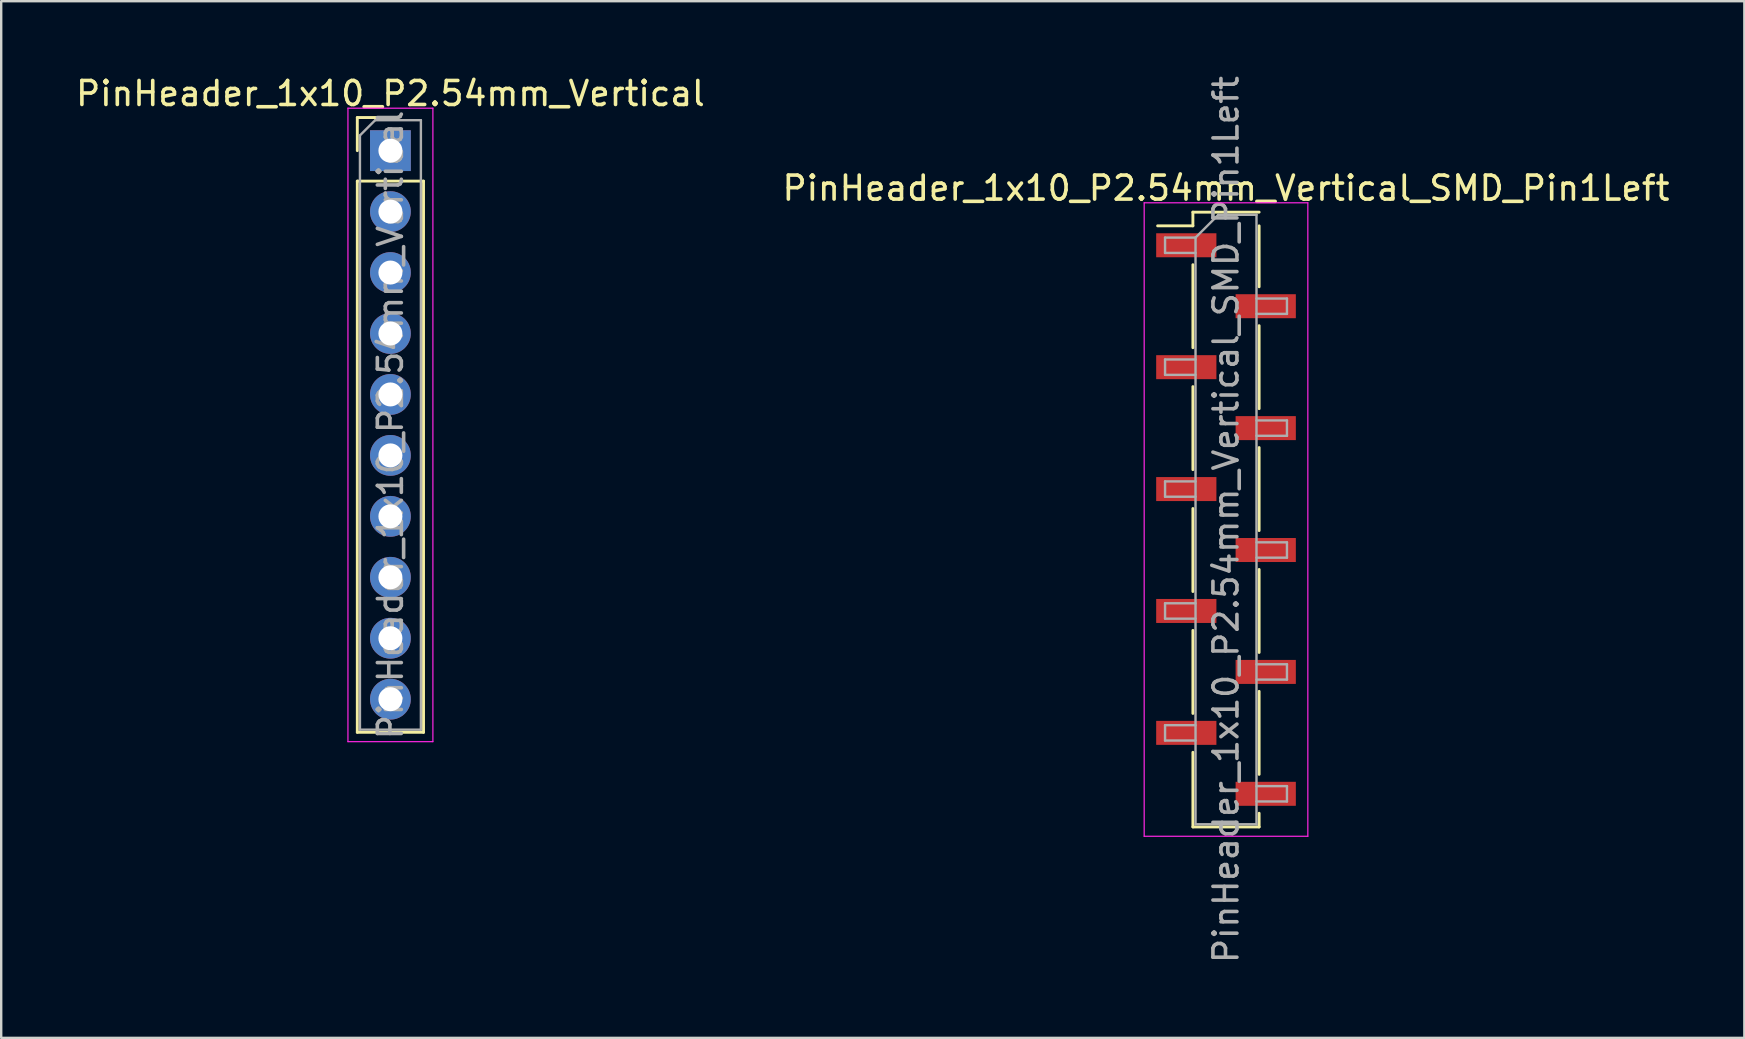
<source format=kicad_pcb>
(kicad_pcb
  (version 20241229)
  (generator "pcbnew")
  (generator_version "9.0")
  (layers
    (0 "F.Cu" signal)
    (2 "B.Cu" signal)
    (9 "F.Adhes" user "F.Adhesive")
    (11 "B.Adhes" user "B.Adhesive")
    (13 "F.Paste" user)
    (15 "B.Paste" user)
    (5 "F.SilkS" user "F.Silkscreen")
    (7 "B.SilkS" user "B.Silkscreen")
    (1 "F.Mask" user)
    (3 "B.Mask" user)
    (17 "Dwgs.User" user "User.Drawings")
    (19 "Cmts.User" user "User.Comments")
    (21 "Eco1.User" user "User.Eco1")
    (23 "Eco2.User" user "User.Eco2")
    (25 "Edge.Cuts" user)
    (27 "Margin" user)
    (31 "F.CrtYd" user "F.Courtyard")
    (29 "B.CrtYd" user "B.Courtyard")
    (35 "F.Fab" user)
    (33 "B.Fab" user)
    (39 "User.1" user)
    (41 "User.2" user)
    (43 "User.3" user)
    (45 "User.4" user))
  (footprint "PinHeader_1x10_P2.54mm_Vertical"
    (layer "F.Cu")
    (at 13.22 3.228)
    (property "Reference" "PinHeader_1x10_P2.54mm_Vertical" (at 0 -2.38 0) (layer "F.SilkS") (effects (font (size 1 1) (thickness 0.15))))
    (attr through_hole)
    (fp_line (start -1.38 -1.38) (end 0 -1.38) (stroke (width 0.12) (type solid)) (layer "F.SilkS"))
    (fp_line (start -1.38 0) (end -1.38 -1.38) (stroke (width 0.12) (type solid)) (layer "F.SilkS"))
    (fp_line (start -1.38 1.27) (end -1.38 24.24) (stroke (width 0.12) (type solid)) (layer "F.SilkS"))
    (fp_line (start -1.38 1.27) (end 1.38 1.27) (stroke (width 0.12) (type solid)) (layer "F.SilkS"))
    (fp_line (start -1.38 24.24) (end 1.38 24.24) (stroke (width 0.12) (type solid)) (layer "F.SilkS"))
    (fp_line (start 1.38 1.27) (end 1.38 24.24) (stroke (width 0.12) (type solid)) (layer "F.SilkS"))
    (fp_line (start -1.77 -1.77) (end -1.77 24.63) (stroke (width 0.05) (type solid)) (layer "F.CrtYd"))
    (fp_line (start -1.77 24.63) (end 1.77 24.63) (stroke (width 0.05) (type solid)) (layer "F.CrtYd"))
    (fp_line (start 1.77 -1.77) (end -1.77 -1.77) (stroke (width 0.05) (type solid)) (layer "F.CrtYd"))
    (fp_line (start 1.77 24.63) (end 1.77 -1.77) (stroke (width 0.05) (type solid)) (layer "F.CrtYd"))
    (fp_line (start -1.27 -0.635) (end -0.635 -1.27) (stroke (width 0.1) (type solid)) (layer "F.Fab"))
    (fp_line (start -1.27 24.13) (end -1.27 -0.635) (stroke (width 0.1) (type solid)) (layer "F.Fab"))
    (fp_line (start -0.635 -1.27) (end 1.27 -1.27) (stroke (width 0.1) (type solid)) (layer "F.Fab"))
    (fp_line (start 1.27 -1.27) (end 1.27 24.13) (stroke (width 0.1) (type solid)) (layer "F.Fab"))
    (fp_line (start 1.27 24.13) (end -1.27 24.13) (stroke (width 0.1) (type solid)) (layer "F.Fab"))
    (fp_text user "${REFERENCE}" (at 0 11.43 90) (layer "F.Fab") (effects (font (size 1 1) (thickness 0.15))))
    (pad "1" thru_hole rect (at 0 0) (size 1.7 1.7) (drill 1) (layers "*.Cu" "*.Mask"))
    (pad "2" thru_hole circle (at 0 2.54) (size 1.7 1.7) (drill 1) (layers "*.Cu" "*.Mask"))
    (pad "3" thru_hole circle (at 0 5.08) (size 1.7 1.7) (drill 1) (layers "*.Cu" "*.Mask"))
    (pad "4" thru_hole circle (at 0 7.62) (size 1.7 1.7) (drill 1) (layers "*.Cu" "*.Mask"))
    (pad "5" thru_hole circle (at 0 10.16) (size 1.7 1.7) (drill 1) (layers "*.Cu" "*.Mask"))
    (pad "6" thru_hole circle (at 0 12.7) (size 1.7 1.7) (drill 1) (layers "*.Cu" "*.Mask"))
    (pad "7" thru_hole circle (at 0 15.24) (size 1.7 1.7) (drill 1) (layers "*.Cu" "*.Mask"))
    (pad "8" thru_hole circle (at 0 17.78) (size 1.7 1.7) (drill 1) (layers "*.Cu" "*.Mask"))
    (pad "9" thru_hole circle (at 0 20.32) (size 1.7 1.7) (drill 1) (layers "*.Cu" "*.Mask"))
    (pad "10" thru_hole circle (at 0 22.86) (size 1.7 1.7) (drill 1) (layers "*.Cu" "*.Mask")))
  (footprint "PinHeader_1x10_P2.54mm_Vertical_SMD_Pin1Left"
    (layer "F.Cu")
    (at 48.042 18.601)
    (property "Reference" "PinHeader_1x10_P2.54mm_Vertical_SMD_Pin1Left" (at 0 -13.81 0) (layer "F.SilkS") (effects (font (size 1 1) (thickness 0.15))))
    (attr smd)
    (fp_line (start -1.38 -12.81) (end -1.38 -12.24) (stroke (width 0.12) (type solid)) (layer "F.SilkS"))
    (fp_line (start -1.38 -12.81) (end 1.38 -12.81) (stroke (width 0.12) (type solid)) (layer "F.SilkS"))
    (fp_line (start -1.38 -12.24) (end -2.85 -12.24) (stroke (width 0.12) (type solid)) (layer "F.SilkS"))
    (fp_line (start -1.38 -10.62) (end -1.38 -7.16) (stroke (width 0.12) (type solid)) (layer "F.SilkS"))
    (fp_line (start -1.38 -5.54) (end -1.38 -2.08) (stroke (width 0.12) (type solid)) (layer "F.SilkS"))
    (fp_line (start -1.38 -0.46) (end -1.38 3) (stroke (width 0.12) (type solid)) (layer "F.SilkS"))
    (fp_line (start -1.38 4.62) (end -1.38 8.08) (stroke (width 0.12) (type solid)) (layer "F.SilkS"))
    (fp_line (start -1.38 9.7) (end -1.38 12.81) (stroke (width 0.12) (type solid)) (layer "F.SilkS"))
    (fp_line (start -1.38 12.81) (end 1.38 12.81) (stroke (width 0.12) (type solid)) (layer "F.SilkS"))
    (fp_line (start 1.38 -12.24) (end 1.38 -9.7) (stroke (width 0.12) (type solid)) (layer "F.SilkS"))
    (fp_line (start 1.38 -8.08) (end 1.38 -4.62) (stroke (width 0.12) (type solid)) (layer "F.SilkS"))
    (fp_line (start 1.38 -3) (end 1.38 0.46) (stroke (width 0.12) (type solid)) (layer "F.SilkS"))
    (fp_line (start 1.38 2.08) (end 1.38 5.54) (stroke (width 0.12) (type solid)) (layer "F.SilkS"))
    (fp_line (start 1.38 7.16) (end 1.38 10.62) (stroke (width 0.12) (type solid)) (layer "F.SilkS"))
    (fp_line (start 1.38 12.24) (end 1.38 12.81) (stroke (width 0.12) (type solid)) (layer "F.SilkS"))
    (fp_line (start -3.41 -13.2) (end -3.41 13.2) (stroke (width 0.05) (type solid)) (layer "F.CrtYd"))
    (fp_line (start -3.41 13.2) (end 3.41 13.2) (stroke (width 0.05) (type solid)) (layer "F.CrtYd"))
    (fp_line (start 3.41 -13.2) (end -3.41 -13.2) (stroke (width 0.05) (type solid)) (layer "F.CrtYd"))
    (fp_line (start 3.41 13.2) (end 3.41 -13.2) (stroke (width 0.05) (type solid)) (layer "F.CrtYd"))
    (fp_line (start -2.54 -11.75) (end -2.54 -11.11) (stroke (width 0.1) (type solid)) (layer "F.Fab"))
    (fp_line (start -2.54 -11.11) (end -1.27 -11.11) (stroke (width 0.1) (type solid)) (layer "F.Fab"))
    (fp_line (start -2.54 -6.67) (end -2.54 -6.03) (stroke (width 0.1) (type solid)) (layer "F.Fab"))
    (fp_line (start -2.54 -6.03) (end -1.27 -6.03) (stroke (width 0.1) (type solid)) (layer "F.Fab"))
    (fp_line (start -2.54 -1.59) (end -2.54 -0.95) (stroke (width 0.1) (type solid)) (layer "F.Fab"))
    (fp_line (start -2.54 -0.95) (end -1.27 -0.95) (stroke (width 0.1) (type solid)) (layer "F.Fab"))
    (fp_line (start -2.54 3.49) (end -2.54 4.13) (stroke (width 0.1) (type solid)) (layer "F.Fab"))
    (fp_line (start -2.54 4.13) (end -1.27 4.13) (stroke (width 0.1) (type solid)) (layer "F.Fab"))
    (fp_line (start -2.54 8.57) (end -2.54 9.21) (stroke (width 0.1) (type solid)) (layer "F.Fab"))
    (fp_line (start -2.54 9.21) (end -1.27 9.21) (stroke (width 0.1) (type solid)) (layer "F.Fab"))
    (fp_line (start -1.27 -11.75) (end -2.54 -11.75) (stroke (width 0.1) (type solid)) (layer "F.Fab"))
    (fp_line (start -1.27 -11.75) (end -0.32 -12.7) (stroke (width 0.1) (type solid)) (layer "F.Fab"))
    (fp_line (start -1.27 -6.67) (end -2.54 -6.67) (stroke (width 0.1) (type solid)) (layer "F.Fab"))
    (fp_line (start -1.27 -1.59) (end -2.54 -1.59) (stroke (width 0.1) (type solid)) (layer "F.Fab"))
    (fp_line (start -1.27 3.49) (end -2.54 3.49) (stroke (width 0.1) (type solid)) (layer "F.Fab"))
    (fp_line (start -1.27 8.57) (end -2.54 8.57) (stroke (width 0.1) (type solid)) (layer "F.Fab"))
    (fp_line (start -1.27 12.7) (end -1.27 -11.75) (stroke (width 0.1) (type solid)) (layer "F.Fab"))
    (fp_line (start -0.32 -12.7) (end 1.27 -12.7) (stroke (width 0.1) (type solid)) (layer "F.Fab"))
    (fp_line (start 1.27 -12.7) (end 1.27 12.7) (stroke (width 0.1) (type solid)) (layer "F.Fab"))
    (fp_line (start 1.27 -9.21) (end 2.54 -9.21) (stroke (width 0.1) (type solid)) (layer "F.Fab"))
    (fp_line (start 1.27 -4.13) (end 2.54 -4.13) (stroke (width 0.1) (type solid)) (layer "F.Fab"))
    (fp_line (start 1.27 0.95) (end 2.54 0.95) (stroke (width 0.1) (type solid)) (layer "F.Fab"))
    (fp_line (start 1.27 6.03) (end 2.54 6.03) (stroke (width 0.1) (type solid)) (layer "F.Fab"))
    (fp_line (start 1.27 11.11) (end 2.54 11.11) (stroke (width 0.1) (type solid)) (layer "F.Fab"))
    (fp_line (start 1.27 12.7) (end -1.27 12.7) (stroke (width 0.1) (type solid)) (layer "F.Fab"))
    (fp_line (start 2.54 -9.21) (end 2.54 -8.57) (stroke (width 0.1) (type solid)) (layer "F.Fab"))
    (fp_line (start 2.54 -8.57) (end 1.27 -8.57) (stroke (width 0.1) (type solid)) (layer "F.Fab"))
    (fp_line (start 2.54 -4.13) (end 2.54 -3.49) (stroke (width 0.1) (type solid)) (layer "F.Fab"))
    (fp_line (start 2.54 -3.49) (end 1.27 -3.49) (stroke (width 0.1) (type solid)) (layer "F.Fab"))
    (fp_line (start 2.54 0.95) (end 2.54 1.59) (stroke (width 0.1) (type solid)) (layer "F.Fab"))
    (fp_line (start 2.54 1.59) (end 1.27 1.59) (stroke (width 0.1) (type solid)) (layer "F.Fab"))
    (fp_line (start 2.54 6.03) (end 2.54 6.67) (stroke (width 0.1) (type solid)) (layer "F.Fab"))
    (fp_line (start 2.54 6.67) (end 1.27 6.67) (stroke (width 0.1) (type solid)) (layer "F.Fab"))
    (fp_line (start 2.54 11.11) (end 2.54 11.75) (stroke (width 0.1) (type solid)) (layer "F.Fab"))
    (fp_line (start 2.54 11.75) (end 1.27 11.75) (stroke (width 0.1) (type solid)) (layer "F.Fab"))
    (fp_text user "${REFERENCE}" (at 0 0 90) (layer "F.Fab") (effects (font (size 1 1) (thickness 0.15))))
    (pad "1" smd rect (at -1.655 -11.43) (size 2.51 1) (layers "F.Cu" "F.Mask" "F.Paste"))
    (pad "2" smd rect (at 1.655 -8.89) (size 2.51 1) (layers "F.Cu" "F.Mask" "F.Paste"))
    (pad "3" smd rect (at -1.655 -6.35) (size 2.51 1) (layers "F.Cu" "F.Mask" "F.Paste"))
    (pad "4" smd rect (at 1.655 -3.81) (size 2.51 1) (layers "F.Cu" "F.Mask" "F.Paste"))
    (pad "5" smd rect (at -1.655 -1.27) (size 2.51 1) (layers "F.Cu" "F.Mask" "F.Paste"))
    (pad "6" smd rect (at 1.655 1.27) (size 2.51 1) (layers "F.Cu" "F.Mask" "F.Paste"))
    (pad "7" smd rect (at -1.655 3.81) (size 2.51 1) (layers "F.Cu" "F.Mask" "F.Paste"))
    (pad "8" smd rect (at 1.655 6.35) (size 2.51 1) (layers "F.Cu" "F.Mask" "F.Paste"))
    (pad "9" smd rect (at -1.655 8.89) (size 2.51 1) (layers "F.Cu" "F.Mask" "F.Paste"))
    (pad "10" smd rect (at 1.655 11.43) (size 2.51 1) (layers "F.Cu" "F.Mask" "F.Paste")))
  (gr_rect
    (start -3 -3)
    (end 69.643 40.202)
    (stroke (width 0.1) (type default))
    (fill no)
    (layer "Edge.Cuts")))
</source>
